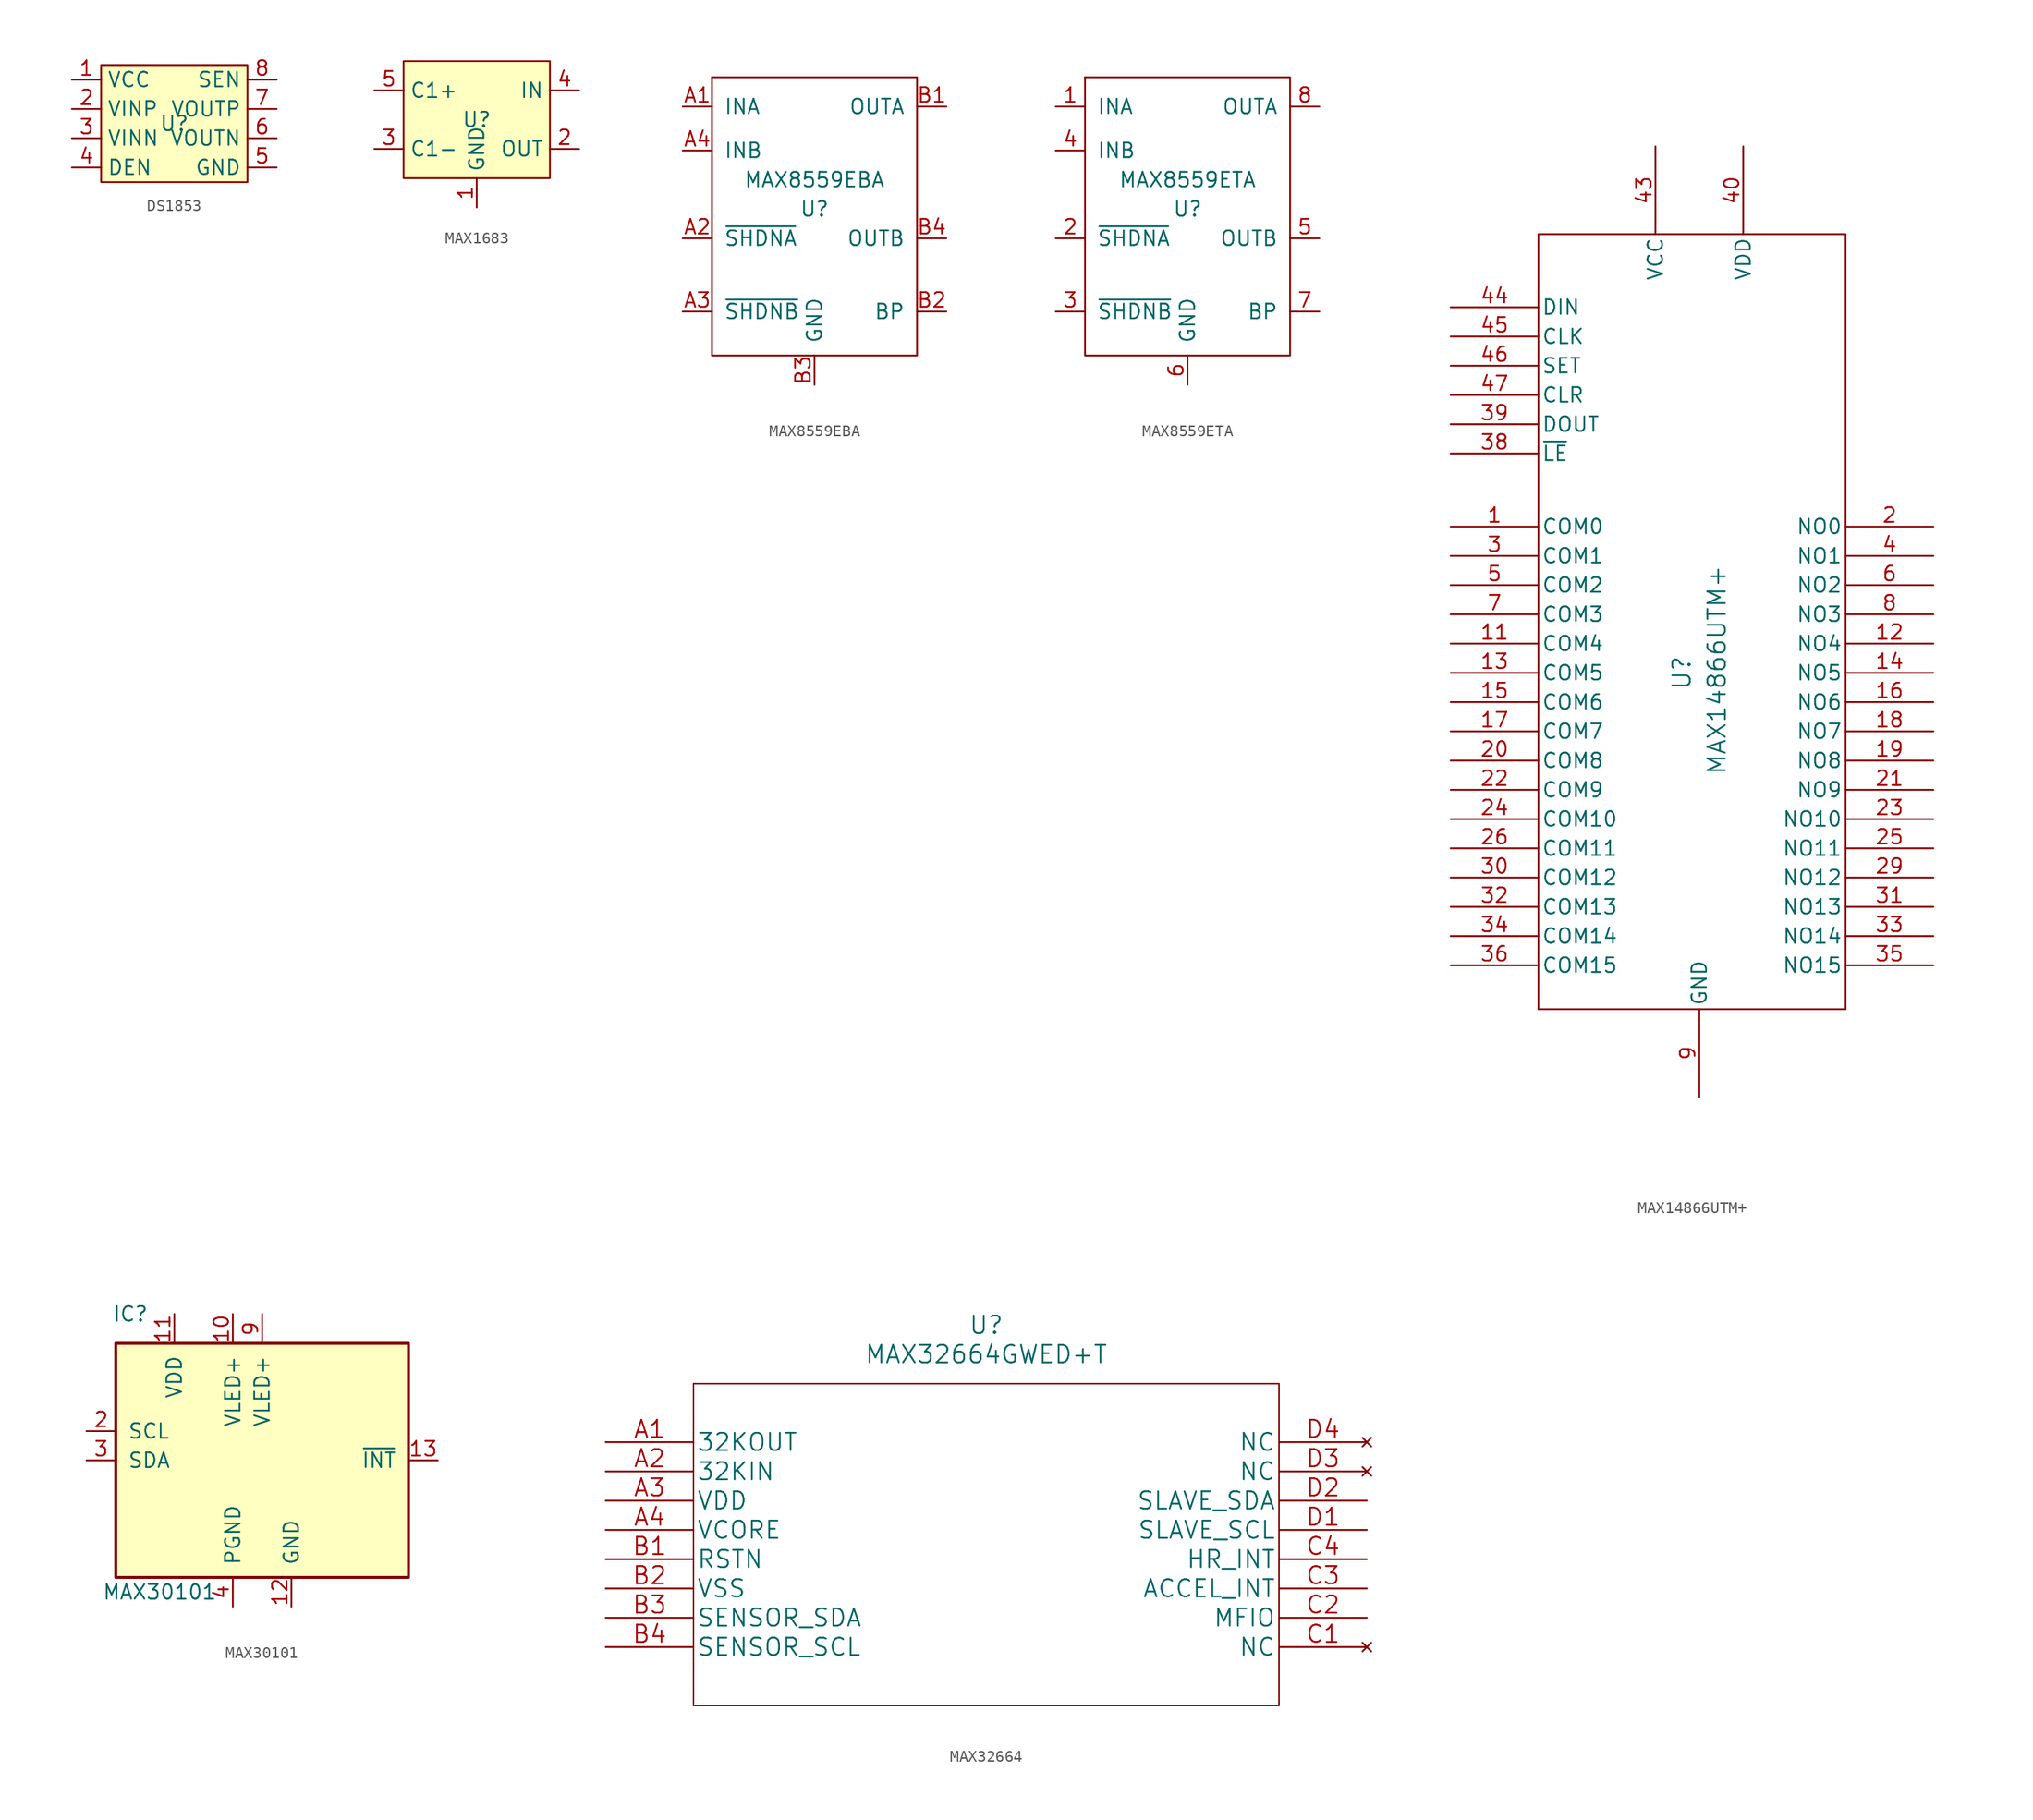
<source format=kicad_sym>
(kicad_symbol_lib
  (version 20231120)
  (generator "kicad_symbol_editor")
  (generator_version "8.0")
  (symbol "DS1853"
    (property "Reference" "U"
      (at 0 0 0)
      (effects (font (size 1.27 1.27))))
    (property "Value" ""
      (at 0 0 0)
      (effects (font (size 1.27 1.27))))
    (symbol "DS1853_1_1"
      (rectangle (start -6.35 5.08) (end 6.35 -5.08) (stroke (width 0) (type default)) (fill (type background)))
      (pin power_in line (at -8.89 3.81 0) (length 2.54) (name "VCC" (effects (font (size 1.27 1.27)))) (number "1" (effects (font (size 1.27 1.27)))))
      (pin input line (at -8.89 1.27 0) (length 2.54) (name "VINP" (effects (font (size 1.27 1.27)))) (number "2" (effects (font (size 1.27 1.27)))))
      (pin input line (at -8.89 -1.27 0) (length 2.54) (name "VINN" (effects (font (size 1.27 1.27)))) (number "3" (effects (font (size 1.27 1.27)))))
      (pin input line (at -8.89 -3.81 0) (length 2.54) (name "DEN" (effects (font (size 1.27 1.27)))) (number "4" (effects (font (size 1.27 1.27)))))
      (pin power_in line (at 8.89 -3.81 180) (length 2.54) (name "GND" (effects (font (size 1.27 1.27)))) (number "5" (effects (font (size 1.27 1.27)))))
      (pin output line (at 8.89 -1.27 180) (length 2.54) (name "VOUTN" (effects (font (size 1.27 1.27)))) (number "6" (effects (font (size 1.27 1.27)))))
      (pin output line (at 8.89 1.27 180) (length 2.54) (name "VOUTP" (effects (font (size 1.27 1.27)))) (number "7" (effects (font (size 1.27 1.27)))))
      (pin input line (at 8.89 3.81 180) (length 2.54) (name "SEN" (effects (font (size 1.27 1.27)))) (number "8" (effects (font (size 1.27 1.27)))))))
  (symbol "MAX1683"
    (property "Reference" "U"
      (at 0 0 0)
      (effects (font (size 1.27 1.27))))
    (property "Value" ""
      (at 0 0 0)
      (effects (font (size 1.27 1.27))))
    (symbol "MAX1683_1_1"
      (rectangle (start -6.35 5.08) (end 6.35 -5.08) (stroke (width 0) (type default)) (fill (type background)))
      (pin power_in line (at 0 -7.62 90) (length 2.54) (name "GND" (effects (font (size 1.27 1.27)))) (number "1" (effects (font (size 1.27 1.27)))))
      (pin power_in line (at 8.89 -2.54 180) (length 2.54) (name "OUT" (effects (font (size 1.27 1.27)))) (number "2" (effects (font (size 1.27 1.27)))))
      (pin power_in line (at -8.89 -2.54 0) (length 2.54) (name "C1-" (effects (font (size 1.27 1.27)))) (number "3" (effects (font (size 1.27 1.27)))))
      (pin power_in line (at 8.89 2.54 180) (length 2.54) (name "IN" (effects (font (size 1.27 1.27)))) (number "4" (effects (font (size 1.27 1.27)))))
      (pin power_in line (at -8.89 2.54 0) (length 2.54) (name "C1+" (effects (font (size 1.27 1.27)))) (number "5" (effects (font (size 1.27 1.27)))))))
  (symbol "MAX8559EBA"
    (pin_names
      (offset 1.016))
    (property "Reference" "U"
      (at 0 -1.27 0)
      (effects (font (size 1.27 1.27))))
    (property "Value" "MAX8559EBA"
      (at 0 1.27 0)
      (effects (font (size 1.27 1.27))))
    (symbol "MAX8559EBA_0_1"
      (rectangle (start -8.89 10.16) (end -8.89 10.16) (stroke (width 0) (type solid)) (fill (type none)))
      (rectangle (start -8.89 10.16) (end 8.89 -13.97) (stroke (width 0) (type solid)) (fill (type none))))
    (symbol "MAX8559EBA_1_1"
      (pin power_in line (at -11.43 7.62 0) (length 2.54) (name "INA" (effects (font (size 1.27 1.27)))) (number "A1" (effects (font (size 1.27 1.27)))))
      (pin input line (at -11.43 -3.81 0) (length 2.54) (name "~{SHDNA}" (effects (font (size 1.27 1.27)))) (number "A2" (effects (font (size 1.27 1.27)))))
      (pin input line (at -11.43 -10.16 0) (length 2.54) (name "~{SHDNB}" (effects (font (size 1.27 1.27)))) (number "A3" (effects (font (size 1.27 1.27)))))
      (pin power_in line (at -11.43 3.81 0) (length 2.54) (name "INB" (effects (font (size 1.27 1.27)))) (number "A4" (effects (font (size 1.27 1.27)))))
      (pin power_out line (at 11.43 7.62 180) (length 2.54) (name "OUTA" (effects (font (size 1.27 1.27)))) (number "B1" (effects (font (size 1.27 1.27)))))
      (pin passive line (at 11.43 -10.16 180) (length 2.54) (name "BP" (effects (font (size 1.27 1.27)))) (number "B2" (effects (font (size 1.27 1.27)))))
      (pin passive line (at 0 -16.51 90) (length 2.54) (name "GND" (effects (font (size 1.27 1.27)))) (number "B3" (effects (font (size 1.27 1.27)))))
      (pin power_out line (at 11.43 -3.81 180) (length 2.54) (name "OUTB" (effects (font (size 1.27 1.27)))) (number "B4" (effects (font (size 1.27 1.27)))))))
  (symbol "MAX8559ETA"
    (pin_names
      (offset 1.016))
    (property "Reference" "U"
      (at 0 -1.27 0)
      (effects (font (size 1.27 1.27))))
    (property "Value" "MAX8559ETA"
      (at 0 1.27 0)
      (effects (font (size 1.27 1.27))))
    (symbol "MAX8559ETA_0_1"
      (rectangle (start -8.89 10.16) (end -8.89 10.16) (stroke (width 0) (type solid)) (fill (type none)))
      (rectangle (start -8.89 10.16) (end 8.89 -13.97) (stroke (width 0) (type solid)) (fill (type none))))
    (symbol "MAX8559ETA_1_1"
      (pin power_in line (at -11.43 7.62 0) (length 2.54) (name "INA" (effects (font (size 1.27 1.27)))) (number "1" (effects (font (size 1.27 1.27)))))
      (pin input line (at -11.43 -3.81 0) (length 2.54) (name "~{SHDNA}" (effects (font (size 1.27 1.27)))) (number "2" (effects (font (size 1.27 1.27)))))
      (pin input line (at -11.43 -10.16 0) (length 2.54) (name "~{SHDNB}" (effects (font (size 1.27 1.27)))) (number "3" (effects (font (size 1.27 1.27)))))
      (pin power_in line (at -11.43 3.81 0) (length 2.54) (name "INB" (effects (font (size 1.27 1.27)))) (number "4" (effects (font (size 1.27 1.27)))))
      (pin power_out line (at 11.43 -3.81 180) (length 2.54) (name "OUTB" (effects (font (size 1.27 1.27)))) (number "5" (effects (font (size 1.27 1.27)))))
      (pin passive line (at 0 -16.51 90) (length 2.54) (name "GND" (effects (font (size 1.27 1.27)))) (number "6" (effects (font (size 1.27 1.27)))))
      (pin passive line (at 11.43 -10.16 180) (length 2.54) (name "BP" (effects (font (size 1.27 1.27)))) (number "7" (effects (font (size 1.27 1.27)))))
      (pin power_out line (at 11.43 7.62 180) (length 2.54) (name "OUTA" (effects (font (size 1.27 1.27)))) (number "8" (effects (font (size 1.27 1.27)))))
      (pin passive line (at 0 -16.51 90) (length 2.54) hide (name "EP" (effects (font (size 1.27 1.27)))) (number "9" (effects (font (size 1.27 1.27)))))))
  (symbol "MAX14866UTM+"
    (pin_names
      (offset 0.254))
    (property "Reference" "U"
      (at -1.524 0 90)
      (effects (font (size 1.524 1.524))))
    (property "Value" "MAX14866UTM+"
      (at 1.524 0.254 90)
      (effects (font (size 1.524 1.524))))
    (symbol "MAX14866UTM+_0_1"
      (rectangle (start -13.97 38.1) (end 12.7 -29.21) (stroke (width 0) (type default)) (fill (type none)))
      (pin bidirectional line (at -21.59 12.7 0) (length 7.62) (name "COM0" (effects (font (size 1.27 1.27)))) (number "1" (effects (font (size 1.27 1.27)))))
      (pin power_out line (at 0 -36.83 90) (length 7.62) hide (name "GND" (effects (font (size 1.27 1.27)))) (number "10" (effects (font (size 1.27 1.27)))))
      (pin bidirectional line (at -21.59 2.54 0) (length 7.62) (name "COM4" (effects (font (size 1.27 1.27)))) (number "11" (effects (font (size 1.27 1.27)))))
      (pin bidirectional line (at 20.32 2.54 180) (length 7.62) (name "NO4" (effects (font (size 1.27 1.27)))) (number "12" (effects (font (size 1.27 1.27)))))
      (pin bidirectional line (at -21.59 0 0) (length 7.62) (name "COM5" (effects (font (size 1.27 1.27)))) (number "13" (effects (font (size 1.27 1.27)))))
      (pin bidirectional line (at 20.32 0 180) (length 7.62) (name "NO5" (effects (font (size 1.27 1.27)))) (number "14" (effects (font (size 1.27 1.27)))))
      (pin bidirectional line (at -21.59 -2.54 0) (length 7.62) (name "COM6" (effects (font (size 1.27 1.27)))) (number "15" (effects (font (size 1.27 1.27)))))
      (pin bidirectional line (at 20.32 -2.54 180) (length 7.62) (name "NO6" (effects (font (size 1.27 1.27)))) (number "16" (effects (font (size 1.27 1.27)))))
      (pin bidirectional line (at -21.59 -5.08 0) (length 7.62) (name "COM7" (effects (font (size 1.27 1.27)))) (number "17" (effects (font (size 1.27 1.27)))))
      (pin bidirectional line (at 20.32 -5.08 180) (length 7.62) (name "NO7" (effects (font (size 1.27 1.27)))) (number "18" (effects (font (size 1.27 1.27)))))
      (pin bidirectional line (at 20.32 -7.62 180) (length 7.62) (name "NO8" (effects (font (size 1.27 1.27)))) (number "19" (effects (font (size 1.27 1.27)))))
      (pin bidirectional line (at 20.32 12.7 180) (length 7.62) (name "NO0" (effects (font (size 1.27 1.27)))) (number "2" (effects (font (size 1.27 1.27)))))
      (pin bidirectional line (at -21.59 -7.62 0) (length 7.62) (name "COM8" (effects (font (size 1.27 1.27)))) (number "20" (effects (font (size 1.27 1.27)))))
      (pin bidirectional line (at 20.32 -10.16 180) (length 7.62) (name "NO9" (effects (font (size 1.27 1.27)))) (number "21" (effects (font (size 1.27 1.27)))))
      (pin bidirectional line (at -21.59 -10.16 0) (length 7.62) (name "COM9" (effects (font (size 1.27 1.27)))) (number "22" (effects (font (size 1.27 1.27)))))
      (pin bidirectional line (at 20.32 -12.7 180) (length 7.62) (name "NO10" (effects (font (size 1.27 1.27)))) (number "23" (effects (font (size 1.27 1.27)))))
      (pin bidirectional line (at -21.59 -12.7 0) (length 7.62) (name "COM10" (effects (font (size 1.27 1.27)))) (number "24" (effects (font (size 1.27 1.27)))))
      (pin bidirectional line (at 20.32 -15.24 180) (length 7.62) (name "NO11" (effects (font (size 1.27 1.27)))) (number "25" (effects (font (size 1.27 1.27)))))
      (pin bidirectional line (at -21.59 -15.24 0) (length 7.62) (name "COM11" (effects (font (size 1.27 1.27)))) (number "26" (effects (font (size 1.27 1.27)))))
      (pin power_out line (at 0 -36.83 90) (length 7.62) hide (name "GND" (effects (font (size 1.27 1.27)))) (number "27" (effects (font (size 1.27 1.27)))))
      (pin power_out line (at 0 -36.83 90) (length 7.62) hide (name "GND" (effects (font (size 1.27 1.27)))) (number "28" (effects (font (size 1.27 1.27)))))
      (pin bidirectional line (at 20.32 -17.78 180) (length 7.62) (name "NO12" (effects (font (size 1.27 1.27)))) (number "29" (effects (font (size 1.27 1.27)))))
      (pin bidirectional line (at -21.59 10.16 0) (length 7.62) (name "COM1" (effects (font (size 1.27 1.27)))) (number "3" (effects (font (size 1.27 1.27)))))
      (pin bidirectional line (at -21.59 -17.78 0) (length 7.62) (name "COM12" (effects (font (size 1.27 1.27)))) (number "30" (effects (font (size 1.27 1.27)))))
      (pin bidirectional line (at 20.32 -20.32 180) (length 7.62) (name "NO13" (effects (font (size 1.27 1.27)))) (number "31" (effects (font (size 1.27 1.27)))))
      (pin bidirectional line (at -21.59 -20.32 0) (length 7.62) (name "COM13" (effects (font (size 1.27 1.27)))) (number "32" (effects (font (size 1.27 1.27)))))
      (pin bidirectional line (at 20.32 -22.86 180) (length 7.62) (name "NO14" (effects (font (size 1.27 1.27)))) (number "33" (effects (font (size 1.27 1.27)))))
      (pin bidirectional line (at -21.59 -22.86 0) (length 7.62) (name "COM14" (effects (font (size 1.27 1.27)))) (number "34" (effects (font (size 1.27 1.27)))))
      (pin bidirectional line (at 20.32 -25.4 180) (length 7.62) (name "NO15" (effects (font (size 1.27 1.27)))) (number "35" (effects (font (size 1.27 1.27)))))
      (pin bidirectional line (at -21.59 -25.4 0) (length 7.62) (name "COM15" (effects (font (size 1.27 1.27)))) (number "36" (effects (font (size 1.27 1.27)))))
      (pin power_out line (at 0 -36.83 90) (length 7.62) hide (name "GND" (effects (font (size 1.27 1.27)))) (number "37" (effects (font (size 1.27 1.27)))))
      (pin output line (at -21.59 21.59 0) (length 7.62) (name "DOUT" (effects (font (size 1.27 1.27)))) (number "39" (effects (font (size 1.27 1.27)))))
      (pin bidirectional line (at 20.32 10.16 180) (length 7.62) (name "NO1" (effects (font (size 1.27 1.27)))) (number "4" (effects (font (size 1.27 1.27)))))
      (pin power_in line (at 3.81 45.72 270) (length 7.62) (name "VDD" (effects (font (size 1.27 1.27)))) (number "40" (effects (font (size 1.27 1.27)))))
      (pin power_out line (at 0 -36.83 90) (length 7.62) hide (name "GND" (effects (font (size 1.27 1.27)))) (number "41" (effects (font (size 1.27 1.27)))))
      (pin power_out line (at 0 -36.83 90) (length 7.62) hide (name "GND" (effects (font (size 1.27 1.27)))) (number "42" (effects (font (size 1.27 1.27)))))
      (pin power_in line (at -3.81 45.72 270) (length 7.62) (name "VCC" (effects (font (size 1.27 1.27)))) (number "43" (effects (font (size 1.27 1.27)))))
      (pin unspecified line (at -21.59 31.75 0) (length 7.62) (name "DIN" (effects (font (size 1.27 1.27)))) (number "44" (effects (font (size 1.27 1.27)))))
      (pin unspecified line (at -21.59 29.21 0) (length 7.62) (name "CLK" (effects (font (size 1.27 1.27)))) (number "45" (effects (font (size 1.27 1.27)))))
      (pin unspecified line (at -21.59 26.67 0) (length 7.62) (name "SET" (effects (font (size 1.27 1.27)))) (number "46" (effects (font (size 1.27 1.27)))))
      (pin unspecified line (at -21.59 24.13 0) (length 7.62) (name "CLR" (effects (font (size 1.27 1.27)))) (number "47" (effects (font (size 1.27 1.27)))))
      (pin power_out line (at 0 -36.83 90) (length 7.62) hide (name "GND" (effects (font (size 1.27 1.27)))) (number "48" (effects (font (size 1.27 1.27)))))
      (pin bidirectional line (at -21.59 7.62 0) (length 7.62) (name "COM2" (effects (font (size 1.27 1.27)))) (number "5" (effects (font (size 1.27 1.27)))))
      (pin bidirectional line (at 20.32 7.62 180) (length 7.62) (name "NO2" (effects (font (size 1.27 1.27)))) (number "6" (effects (font (size 1.27 1.27)))))
      (pin bidirectional line (at -21.59 5.08 0) (length 7.62) (name "COM3" (effects (font (size 1.27 1.27)))) (number "7" (effects (font (size 1.27 1.27)))))
      (pin bidirectional line (at 20.32 5.08 180) (length 7.62) (name "NO3" (effects (font (size 1.27 1.27)))) (number "8" (effects (font (size 1.27 1.27)))))
      (pin power_out line (at 0 -36.83 90) (length 7.62) (name "GND" (effects (font (size 1.27 1.27)))) (number "9" (effects (font (size 1.27 1.27))))))
    (symbol "MAX14866UTM+_1_1"
      (pin unspecified line (at -21.59 19.05 0) (length 7.62) (name "~{LE}" (effects (font (size 1.27 1.27)))) (number "38" (effects (font (size 1.27 1.27)))))
      (pin unspecified line (at 0 -36.83 90) (length 7.62) hide (name "EPAD" (effects (font (size 1.27 1.27)))) (number "49" (effects (font (size 1.27 1.27)))))))
  (symbol "MAX30101"
    (pin_names
      (offset 1.016))
    (property "Reference" "IC"
      (at -11.43 12.7 0)
      (effects (font (size 1.27 1.27))))
    (property "Value" "MAX30101"
      (at -8.89 -11.43 0)
      (effects (font (size 1.27 1.27))))
    (symbol "MAX30101_0_1"
      (rectangle (start -12.7 10.16) (end 12.7 -10.16) (stroke (width 0.254) (type solid)) (fill (type background))))
    (symbol "MAX30101_1_1"
      (pin no_connect line (at 10.16 10.16 180) (length 2.54) hide (name "NC" (effects (font (size 1.27 1.27)))) (number "1" (effects (font (size 1.27 1.27)))))
      (pin power_in line (at -2.54 12.7 270) (length 2.54) (name "VLED+" (effects (font (size 1.27 1.27)))) (number "10" (effects (font (size 1.27 1.27)))))
      (pin power_in line (at -7.62 12.7 270) (length 2.54) (name "VDD" (effects (font (size 1.27 1.27)))) (number "11" (effects (font (size 1.27 1.27)))))
      (pin power_in line (at 2.54 -12.7 90) (length 2.54) (name "GND" (effects (font (size 1.27 1.27)))) (number "12" (effects (font (size 1.27 1.27)))))
      (pin output line (at 15.24 0 180) (length 2.54) (name "~{INT}" (effects (font (size 1.27 1.27)))) (number "13" (effects (font (size 1.27 1.27)))))
      (pin no_connect line (at 10.16 2.54 180) (length 2.54) hide (name "NC" (effects (font (size 1.27 1.27)))) (number "14" (effects (font (size 1.27 1.27)))))
      (pin input line (at -15.24 2.54 0) (length 2.54) (name "SCL" (effects (font (size 1.27 1.27)))) (number "2" (effects (font (size 1.27 1.27)))))
      (pin bidirectional line (at -15.24 0 0) (length 2.54) (name "SDA" (effects (font (size 1.27 1.27)))) (number "3" (effects (font (size 1.27 1.27)))))
      (pin power_in line (at -2.54 -12.7 90) (length 2.54) (name "PGND" (effects (font (size 1.27 1.27)))) (number "4" (effects (font (size 1.27 1.27)))))
      (pin no_connect line (at 10.16 -6.35 180) (length 2.54) hide (name "NC" (effects (font (size 1.27 1.27)))) (number "5" (effects (font (size 1.27 1.27)))))
      (pin no_connect line (at 10.16 -3.81 180) (length 2.54) hide (name "NC" (effects (font (size 1.27 1.27)))) (number "6" (effects (font (size 1.27 1.27)))))
      (pin no_connect line (at 10.16 7.62 180) (length 2.54) hide (name "NC" (effects (font (size 1.27 1.27)))) (number "7" (effects (font (size 1.27 1.27)))))
      (pin no_connect line (at 10.16 5.08 180) (length 2.54) hide (name "NC" (effects (font (size 1.27 1.27)))) (number "8" (effects (font (size 1.27 1.27)))))
      (pin power_in line (at 0 12.7 270) (length 2.54) (name "VLED+" (effects (font (size 1.27 1.27)))) (number "9" (effects (font (size 1.27 1.27)))))))
  (symbol "MAX32664"
    (pin_names
      (offset 0.254))
    (property "Reference" "U"
      (at 0 19.05 0)
      (effects (font (size 1.524 1.524))))
    (property "Value" "MAX32664GWED+T"
      (at 0 16.51 0)
      (effects (font (size 1.524 1.524))))
    (property "Datasheet" ""
      (at -33.02 8.89 0)
      (effects (font (size 1.524 1.524))))
    (symbol "MAX32664_1_1"
      (polyline (pts (xy -25.4 -13.97) (xy 25.4 -13.97)) (stroke (width 0.127) (type solid)) (fill (type none)))
      (polyline (pts (xy -25.4 13.97) (xy -25.4 -13.97)) (stroke (width 0.127) (type solid)) (fill (type none)))
      (polyline (pts (xy 25.4 -13.97) (xy 25.4 13.97)) (stroke (width 0.127) (type solid)) (fill (type none)))
      (polyline (pts (xy 25.4 13.97) (xy -25.4 13.97)) (stroke (width 0.127) (type solid)) (fill (type none)))
      (pin output line (at -33.02 8.89 0) (length 7.62) (name "32KOUT" (effects (font (size 1.499 1.499)))) (number "A1" (effects (font (size 1.499 1.499)))))
      (pin input line (at -33.02 6.35 0) (length 7.62) (name "32KIN" (effects (font (size 1.499 1.499)))) (number "A2" (effects (font (size 1.499 1.499)))))
      (pin power_in line (at -33.02 3.81 0) (length 7.62) (name "VDD" (effects (font (size 1.499 1.499)))) (number "A3" (effects (font (size 1.499 1.499)))))
      (pin power_in line (at -33.02 1.27 0) (length 7.62) (name "VCORE" (effects (font (size 1.499 1.499)))) (number "A4" (effects (font (size 1.499 1.499)))))
      (pin input line (at -33.02 -1.27 0) (length 7.62) (name "RSTN" (effects (font (size 1.499 1.499)))) (number "B1" (effects (font (size 1.499 1.499)))))
      (pin power_in line (at -33.02 -3.81 0) (length 7.62) (name "VSS" (effects (font (size 1.499 1.499)))) (number "B2" (effects (font (size 1.499 1.499)))))
      (pin unspecified line (at -33.02 -6.35 0) (length 7.62) (name "SENSOR_SDA" (effects (font (size 1.499 1.499)))) (number "B3" (effects (font (size 1.499 1.499)))))
      (pin unspecified line (at -33.02 -8.89 0) (length 7.62) (name "SENSOR_SCL" (effects (font (size 1.499 1.499)))) (number "B4" (effects (font (size 1.499 1.499)))))
      (pin no_connect line (at 33.02 -8.89 180) (length 7.62) (name "NC" (effects (font (size 1.499 1.499)))) (number "C1" (effects (font (size 1.499 1.499)))))
      (pin bidirectional line (at 33.02 -6.35 180) (length 7.62) (name "MFIO" (effects (font (size 1.499 1.499)))) (number "C2" (effects (font (size 1.499 1.499)))))
      (pin input line (at 33.02 -3.81 180) (length 7.62) (name "ACCEL_INT" (effects (font (size 1.499 1.499)))) (number "C3" (effects (font (size 1.499 1.499)))))
      (pin input line (at 33.02 -1.27 180) (length 7.62) (name "HR_INT" (effects (font (size 1.499 1.499)))) (number "C4" (effects (font (size 1.499 1.499)))))
      (pin unspecified line (at 33.02 1.27 180) (length 7.62) (name "SLAVE_SCL" (effects (font (size 1.499 1.499)))) (number "D1" (effects (font (size 1.499 1.499)))))
      (pin unspecified line (at 33.02 3.81 180) (length 7.62) (name "SLAVE_SDA" (effects (font (size 1.499 1.499)))) (number "D2" (effects (font (size 1.499 1.499)))))
      (pin no_connect line (at 33.02 6.35 180) (length 7.62) (name "NC" (effects (font (size 1.499 1.499)))) (number "D3" (effects (font (size 1.499 1.499)))))
      (pin no_connect line (at 33.02 8.89 180) (length 7.62) (name "NC" (effects (font (size 1.499 1.499)))) (number "D4" (effects (font (size 1.499 1.499))))))))
</source>
